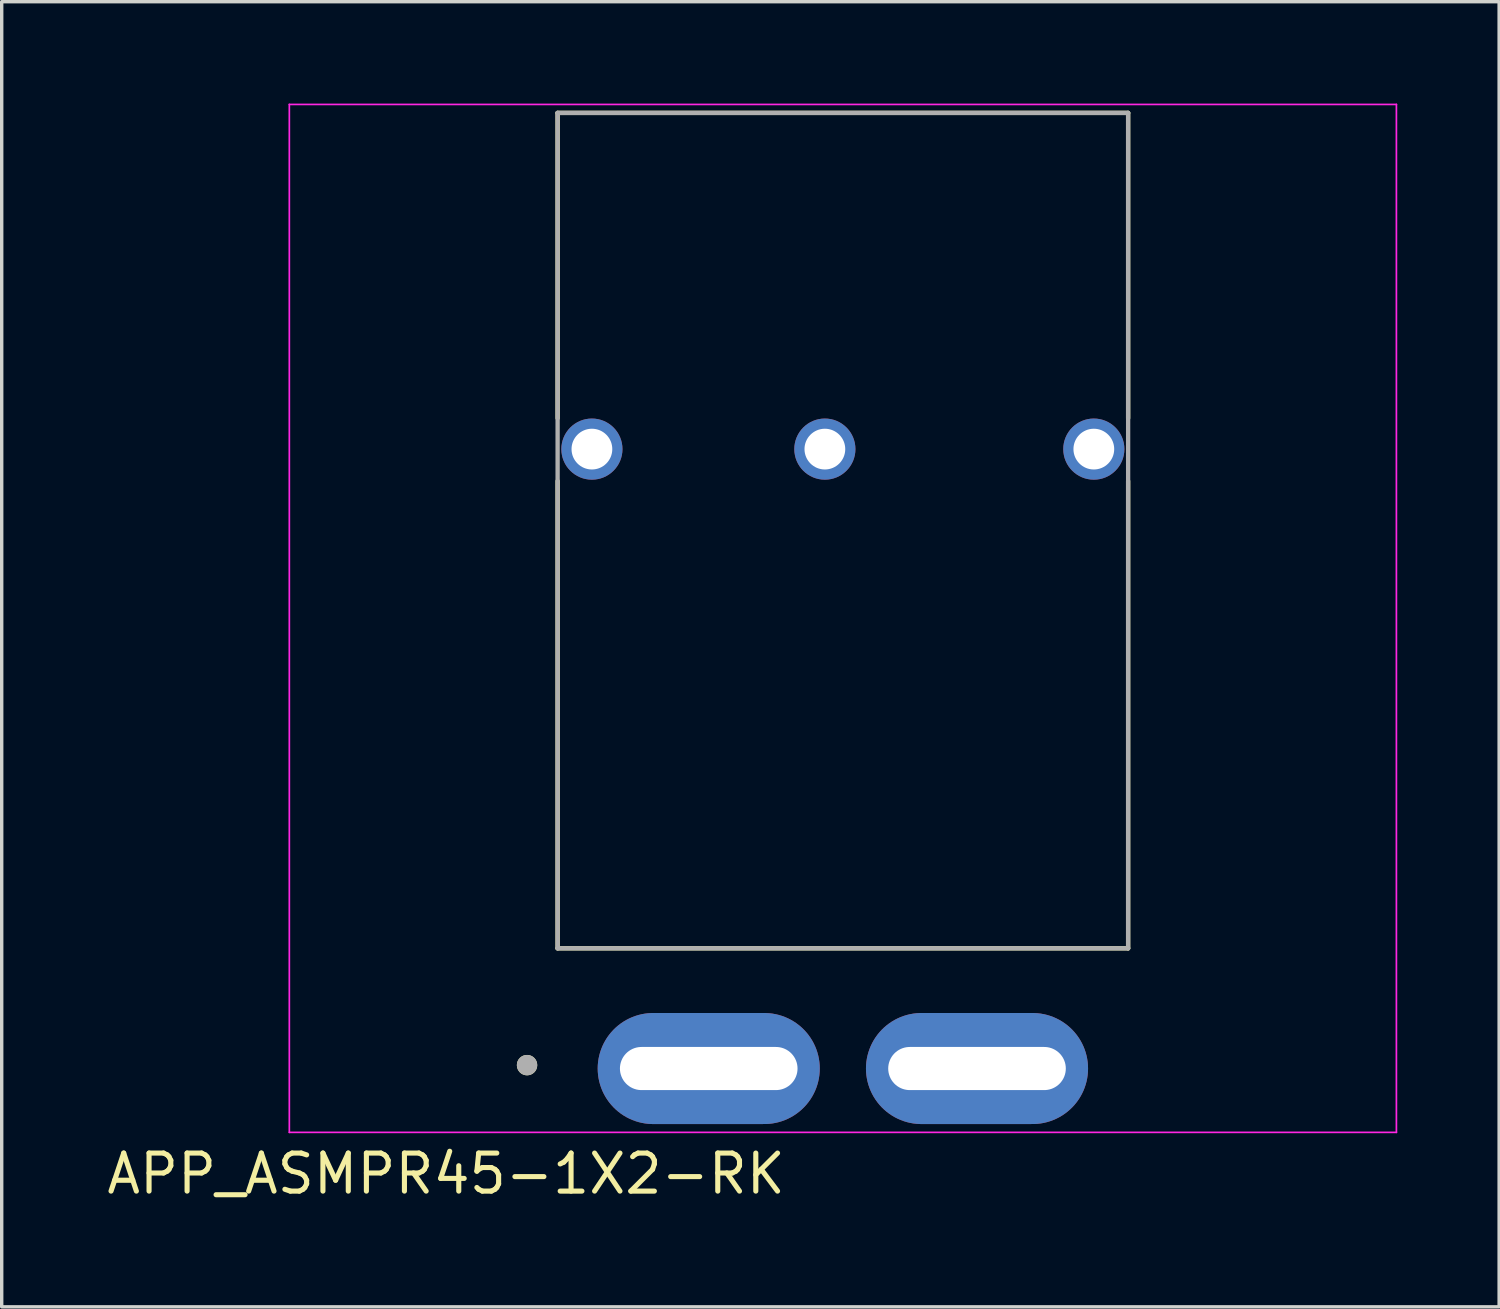
<source format=kicad_pcb>
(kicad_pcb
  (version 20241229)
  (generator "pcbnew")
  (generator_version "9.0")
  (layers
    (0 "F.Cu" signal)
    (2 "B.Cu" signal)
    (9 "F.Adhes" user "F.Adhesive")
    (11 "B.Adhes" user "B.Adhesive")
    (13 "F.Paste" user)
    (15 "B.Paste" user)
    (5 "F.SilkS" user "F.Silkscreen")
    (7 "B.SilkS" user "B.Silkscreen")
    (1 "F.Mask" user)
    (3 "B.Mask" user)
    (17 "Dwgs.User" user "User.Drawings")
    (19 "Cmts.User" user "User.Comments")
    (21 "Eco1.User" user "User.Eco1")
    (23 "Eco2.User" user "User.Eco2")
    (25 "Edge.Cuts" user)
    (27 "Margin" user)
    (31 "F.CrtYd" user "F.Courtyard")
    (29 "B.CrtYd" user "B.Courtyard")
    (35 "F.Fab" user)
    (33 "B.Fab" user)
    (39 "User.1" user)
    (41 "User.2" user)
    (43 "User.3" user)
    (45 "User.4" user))
  (footprint "APP_ASMPR45-1X2-RK"
    (layer "F.Cu")
    (at 17.82 28.415)
    (property "Reference" "APP_ASMPR45-1X2-RK" (at -7.734 3.099 0) (layer "F.SilkS") (effects (font (size 1.12 1.12) (thickness 0.15))))
    (attr through_hole)
    (fp_line (start -4.45 -28.14) (end 12.35 -28.14) (stroke (width 0.127) (type solid)) (layer "F.SilkS"))
    (fp_line (start -4.45 -19.15) (end -4.45 -28.14) (stroke (width 0.127) (type solid)) (layer "F.SilkS"))
    (fp_line (start -4.45 -3.54) (end -4.45 -17.3) (stroke (width 0.127) (type solid)) (layer "F.SilkS"))
    (fp_line (start 12.35 -19.15) (end 12.35 -28.14) (stroke (width 0.127) (type solid)) (layer "F.SilkS"))
    (fp_line (start 12.35 -3.54) (end -4.45 -3.54) (stroke (width 0.127) (type solid)) (layer "F.SilkS"))
    (fp_line (start 12.35 -3.54) (end 12.35 -17.3) (stroke (width 0.127) (type solid)) (layer "F.SilkS"))
    (fp_circle (center -5.35 -0.1) (end -5.2 -0.1) (stroke (width 0.3) (type solid)) (fill no) (layer "F.SilkS"))
    (fp_line (start -12.35 -28.39) (end 20.25 -28.39) (stroke (width 0.05) (type solid)) (layer "F.CrtYd"))
    (fp_line (start -12.35 1.88) (end -12.35 -28.39) (stroke (width 0.05) (type solid)) (layer "F.CrtYd"))
    (fp_line (start 20.25 -28.39) (end 20.25 1.88) (stroke (width 0.05) (type solid)) (layer "F.CrtYd"))
    (fp_line (start 20.25 1.88) (end -12.35 1.88) (stroke (width 0.05) (type solid)) (layer "F.CrtYd"))
    (fp_line (start -4.45 -28.14) (end 12.35 -28.14) (stroke (width 0.127) (type solid)) (layer "F.Fab"))
    (fp_line (start -4.45 -3.54) (end -4.45 -28.14) (stroke (width 0.127) (type solid)) (layer "F.Fab"))
    (fp_line (start 12.35 -28.14) (end 12.35 -3.54) (stroke (width 0.127) (type solid)) (layer "F.Fab"))
    (fp_line (start 12.35 -3.54) (end -4.45 -3.54) (stroke (width 0.127) (type solid)) (layer "F.Fab"))
    (fp_circle (center -5.35 -0.1) (end -5.2 -0.1) (stroke (width 0.3) (type solid)) (fill no) (layer "F.Fab"))
    (pad "1" thru_hole oval (at 0 0) (size 6.54 3.27) (drill oval 5.23 1.27) (layers "*.Cu" "*.Mask"))
    (pad "2" thru_hole oval (at 7.9 0) (size 6.54 3.27) (drill oval 5.23 1.27) (layers "*.Cu" "*.Mask"))
    (pad "P3" thru_hole circle (at -3.44 -18.24) (size 1.8 1.8) (drill 1.2) (layers "*.Cu" "*.Mask"))
    (pad "P4" thru_hole circle (at 11.34 -18.24) (size 1.8 1.8) (drill 1.2) (layers "*.Cu" "*.Mask"))
    (pad "P5" thru_hole circle (at 3.42 -18.24) (size 1.8 1.8) (drill 1.2) (layers "*.Cu" "*.Mask")))
  (gr_rect
    (start -3 -3)
    (end 41.095 35.432)
    (stroke (width 0.1) (type default))
    (fill no)
    (layer "Edge.Cuts")))
</source>
